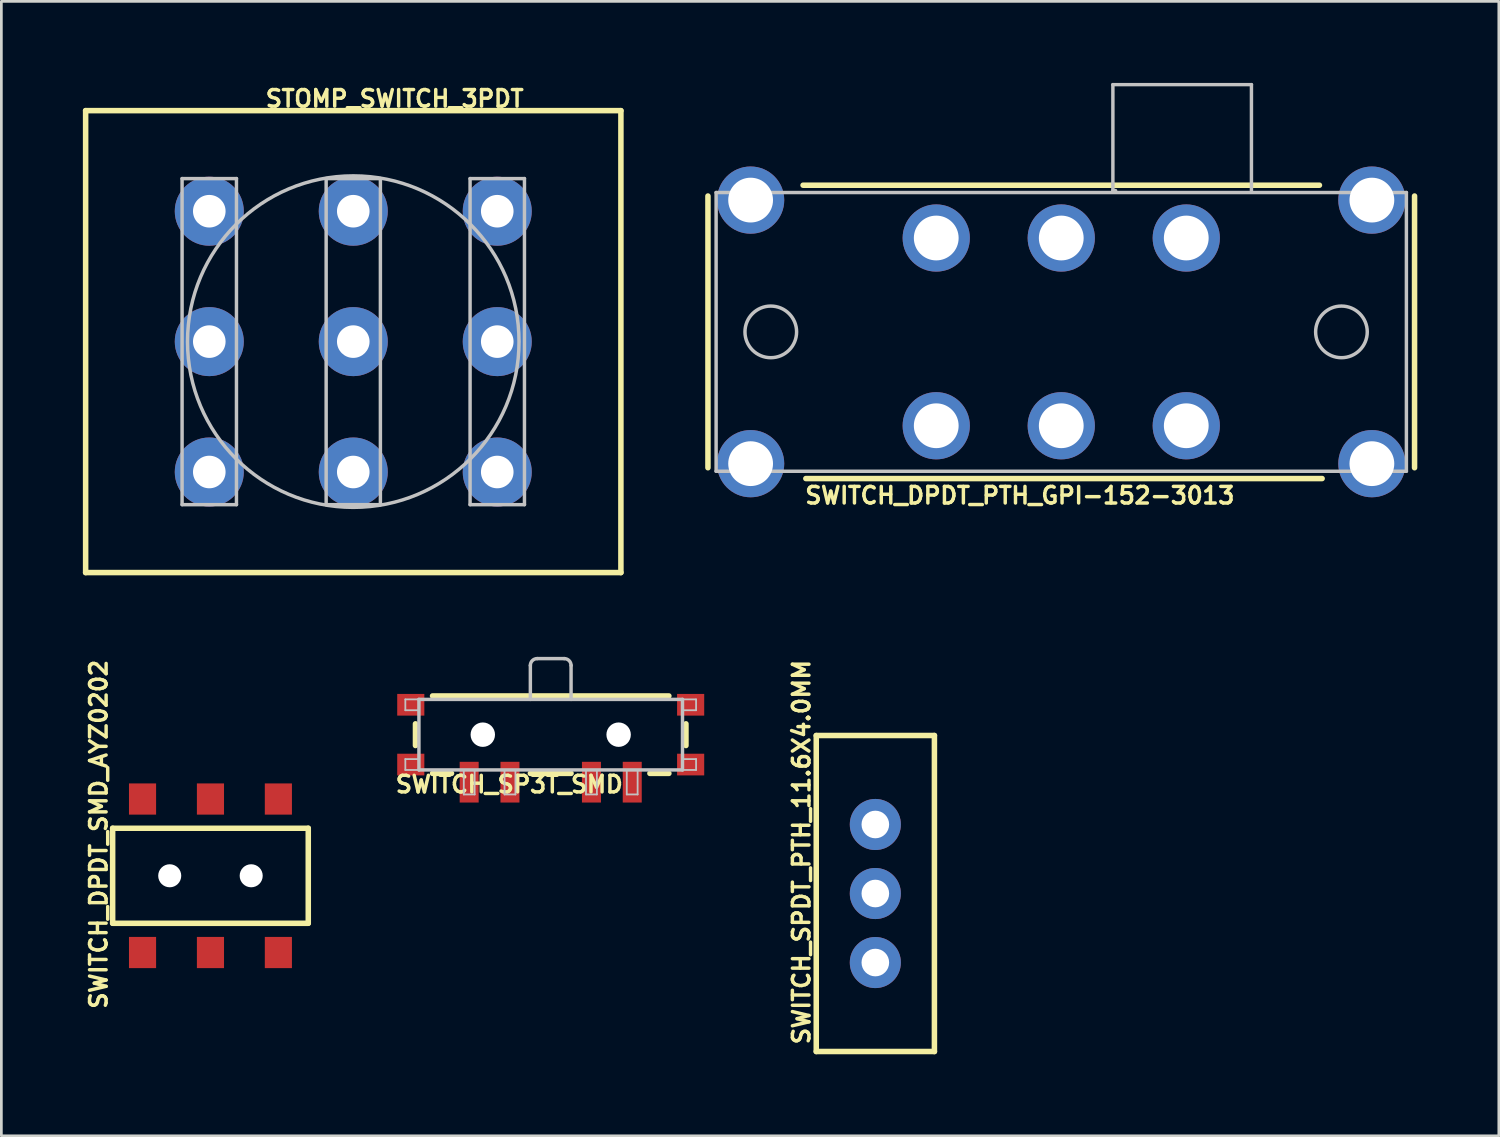
<source format=kicad_pcb>
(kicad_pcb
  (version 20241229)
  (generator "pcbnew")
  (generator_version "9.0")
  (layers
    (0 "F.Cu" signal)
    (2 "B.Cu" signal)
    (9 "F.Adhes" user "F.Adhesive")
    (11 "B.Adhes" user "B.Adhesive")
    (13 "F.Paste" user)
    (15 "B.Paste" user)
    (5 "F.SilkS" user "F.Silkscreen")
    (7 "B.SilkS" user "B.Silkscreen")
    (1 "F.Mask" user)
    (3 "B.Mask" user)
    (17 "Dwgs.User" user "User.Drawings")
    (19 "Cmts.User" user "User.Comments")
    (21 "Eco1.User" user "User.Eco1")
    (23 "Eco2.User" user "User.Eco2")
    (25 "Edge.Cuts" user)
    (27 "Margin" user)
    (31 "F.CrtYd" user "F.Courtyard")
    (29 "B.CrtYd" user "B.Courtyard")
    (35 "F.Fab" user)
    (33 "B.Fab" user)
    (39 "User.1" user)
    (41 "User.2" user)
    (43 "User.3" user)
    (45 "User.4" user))
  (footprint "SWITCH_SP3T_SMD"
    (layer "F.Cu")
    (at 17.214 23.983)
    (property "Reference" "SWITCH_SP3T_SMD" (at -1.524 1.829 180) (layer "F.SilkS") (effects (font (size 0.61 0.61) (thickness 0.127))))
    (attr smd)
    (fp_line (start -4.976 0.399) (end -4.976 -0.399) (stroke (width 0.203) (type solid)) (layer "F.SilkS"))
    (fp_line (start -4.348 -1.425) (end 4.348 -1.425) (stroke (width 0.203) (type solid)) (layer "F.SilkS"))
    (fp_line (start -3.65 1.425) (end -4.348 1.425) (stroke (width 0.203) (type solid)) (layer "F.SilkS"))
    (fp_line (start 0.749 1.425) (end -0.749 1.425) (stroke (width 0.203) (type solid)) (layer "F.SilkS"))
    (fp_line (start 4.348 1.425) (end 3.65 1.425) (stroke (width 0.203) (type solid)) (layer "F.SilkS"))
    (fp_line (start 4.976 -0.399) (end 4.976 0.399) (stroke (width 0.203) (type solid)) (layer "F.SilkS"))
    (fp_line (start -5.349 -1.298) (end -4.849 -1.298) (stroke (width 0.066) (type solid)) (layer "Dwgs.User"))
    (fp_line (start -5.349 -0.899) (end -5.349 -1.298) (stroke (width 0.066) (type solid)) (layer "Dwgs.User"))
    (fp_line (start -5.349 -0.899) (end -4.849 -0.899) (stroke (width 0.066) (type solid)) (layer "Dwgs.User"))
    (fp_line (start -5.349 0.899) (end -4.849 0.899) (stroke (width 0.066) (type solid)) (layer "Dwgs.User"))
    (fp_line (start -5.349 1.298) (end -5.349 0.899) (stroke (width 0.066) (type solid)) (layer "Dwgs.User"))
    (fp_line (start -5.349 1.298) (end -4.849 1.298) (stroke (width 0.066) (type solid)) (layer "Dwgs.User"))
    (fp_line (start -4.849 -1.298) (end 4.849 -1.298) (stroke (width 0.127) (type solid)) (layer "Dwgs.User"))
    (fp_line (start -4.849 -0.899) (end -4.849 -1.298) (stroke (width 0.066) (type solid)) (layer "Dwgs.User"))
    (fp_line (start -4.849 1.298) (end -4.849 -1.298) (stroke (width 0.127) (type solid)) (layer "Dwgs.User"))
    (fp_line (start -4.849 1.298) (end -4.849 0.899) (stroke (width 0.066) (type solid)) (layer "Dwgs.User"))
    (fp_line (start -3.198 1.298) (end -2.799 1.298) (stroke (width 0.066) (type solid)) (layer "Dwgs.User"))
    (fp_line (start -3.198 2.2) (end -3.198 1.298) (stroke (width 0.066) (type solid)) (layer "Dwgs.User"))
    (fp_line (start -3.198 2.2) (end -2.799 2.2) (stroke (width 0.066) (type solid)) (layer "Dwgs.User"))
    (fp_line (start -2.799 2.2) (end -2.799 1.298) (stroke (width 0.066) (type solid)) (layer "Dwgs.User"))
    (fp_line (start -1.699 1.298) (end -1.298 1.298) (stroke (width 0.066) (type solid)) (layer "Dwgs.User"))
    (fp_line (start -1.699 2.2) (end -1.699 1.298) (stroke (width 0.066) (type solid)) (layer "Dwgs.User"))
    (fp_line (start -1.699 2.2) (end -1.298 2.2) (stroke (width 0.066) (type solid)) (layer "Dwgs.User"))
    (fp_line (start -1.298 2.2) (end -1.298 1.298) (stroke (width 0.066) (type solid)) (layer "Dwgs.User"))
    (fp_line (start -0.749 -2.548) (end -0.749 -1.298) (stroke (width 0.127) (type solid)) (layer "Dwgs.User"))
    (fp_line (start 0.498 -2.799) (end -0.498 -2.799) (stroke (width 0.127) (type solid)) (layer "Dwgs.User"))
    (fp_line (start 0.749 -1.298) (end 0.749 -2.548) (stroke (width 0.127) (type solid)) (layer "Dwgs.User"))
    (fp_line (start 1.298 1.298) (end 1.699 1.298) (stroke (width 0.066) (type solid)) (layer "Dwgs.User"))
    (fp_line (start 1.298 2.2) (end 1.298 1.298) (stroke (width 0.066) (type solid)) (layer "Dwgs.User"))
    (fp_line (start 1.298 2.2) (end 1.699 2.2) (stroke (width 0.066) (type solid)) (layer "Dwgs.User"))
    (fp_line (start 1.699 2.2) (end 1.699 1.298) (stroke (width 0.066) (type solid)) (layer "Dwgs.User"))
    (fp_line (start 2.799 1.298) (end 3.198 1.298) (stroke (width 0.066) (type solid)) (layer "Dwgs.User"))
    (fp_line (start 2.799 2.2) (end 2.799 1.298) (stroke (width 0.066) (type solid)) (layer "Dwgs.User"))
    (fp_line (start 2.799 2.2) (end 3.198 2.2) (stroke (width 0.066) (type solid)) (layer "Dwgs.User"))
    (fp_line (start 3.198 2.2) (end 3.198 1.298) (stroke (width 0.066) (type solid)) (layer "Dwgs.User"))
    (fp_line (start 4.849 -1.298) (end 4.849 1.298) (stroke (width 0.127) (type solid)) (layer "Dwgs.User"))
    (fp_line (start 4.849 -1.298) (end 5.349 -1.298) (stroke (width 0.066) (type solid)) (layer "Dwgs.User"))
    (fp_line (start 4.849 -0.899) (end 4.849 -1.298) (stroke (width 0.066) (type solid)) (layer "Dwgs.User"))
    (fp_line (start 4.849 -0.899) (end 5.349 -0.899) (stroke (width 0.066) (type solid)) (layer "Dwgs.User"))
    (fp_line (start 4.849 0.899) (end 5.349 0.899) (stroke (width 0.066) (type solid)) (layer "Dwgs.User"))
    (fp_line (start 4.849 1.298) (end -4.849 1.298) (stroke (width 0.127) (type solid)) (layer "Dwgs.User"))
    (fp_line (start 4.849 1.298) (end 4.849 0.899) (stroke (width 0.066) (type solid)) (layer "Dwgs.User"))
    (fp_line (start 4.849 1.298) (end 5.349 1.298) (stroke (width 0.066) (type solid)) (layer "Dwgs.User"))
    (fp_line (start 5.349 -0.899) (end 5.349 -1.298) (stroke (width 0.066) (type solid)) (layer "Dwgs.User"))
    (fp_line (start 5.349 1.298) (end 5.349 0.899) (stroke (width 0.066) (type solid)) (layer "Dwgs.User"))
    (fp_arc (start -0.7493 -2.54762) (mid -0.675649 -2.725429) (end -0.49784 -2.79908) (stroke (width 0.127) (type solid)) (layer "Dwgs.User"))
    (fp_arc (start 0.49784 -2.79908) (mid 0.675649 -2.725429) (end 0.7493 -2.54762) (stroke (width 0.127) (type solid)) (layer "Dwgs.User"))
    (pad "" np_thru_hole circle (at -2.499 0) (size 0.899 0.899) (drill 0.899) (layers "*.Cu" "*.Mask"))
    (pad "" np_thru_hole circle (at 2.499 0) (size 0.899 0.899) (drill 0.899) (layers "*.Cu" "*.Mask"))
    (pad "1" smd rect (at 3 1.748 180) (size 0.699 1.499) (layers "F.Cu" "F.Mask" "F.Paste"))
    (pad "2" smd rect (at 1.499 1.748 180) (size 0.699 1.499) (layers "F.Cu" "F.Mask" "F.Paste"))
    (pad "3" smd rect (at -1.499 1.748 180) (size 0.699 1.499) (layers "F.Cu" "F.Mask" "F.Paste"))
    (pad "4" smd rect (at -3 1.748 180) (size 0.699 1.499) (layers "F.Cu" "F.Mask" "F.Paste"))
    (pad "P$1" smd rect (at -5.149 1.1 180) (size 0.998 0.798) (layers "F.Cu" "F.Mask" "F.Paste"))
    (pad "P$2" smd rect (at -5.149 -1.1 180) (size 0.998 0.798) (layers "F.Cu" "F.Mask" "F.Paste"))
    (pad "P$3" smd rect (at 5.149 -1.1 180) (size 0.998 0.798) (layers "F.Cu" "F.Mask" "F.Paste"))
    (pad "P$4" smd rect (at 5.149 1.1 180) (size 0.998 0.798) (layers "F.Cu" "F.Mask" "F.Paste")))
  (footprint "SWITCH_DPDT_PTH_GPI-152-3013"
    (layer "F.Cu")
    (at 36 9.162)
    (property "Reference" "SWITCH_DPDT_PTH_GPI-152-3013" (at -1.524 6.02 180) (layer "F.SilkS") (effects (font (size 0.61 0.61) (thickness 0.127))))
    (attr exclude_from_pos_files exclude_from_bom)
    (fp_line (start -13 -4.999) (end -13 4.999) (stroke (width 0.203) (type solid)) (layer "F.SilkS"))
    (fp_line (start -9.5 -5.397) (end 9.5 -5.397) (stroke (width 0.203) (type solid)) (layer "F.SilkS"))
    (fp_line (start -9.398 5.397) (end 9.599 5.397) (stroke (width 0.203) (type solid)) (layer "F.SilkS"))
    (fp_line (start 13 -4.999) (end 13 4.999) (stroke (width 0.203) (type solid)) (layer "F.SilkS"))
    (fp_line (start -12.7 -5.128) (end -12.7 5.128) (stroke (width 0.127) (type solid)) (layer "Dwgs.User"))
    (fp_line (start -12.7 5.128) (end 12.7 5.128) (stroke (width 0.127) (type solid)) (layer "Dwgs.User"))
    (fp_line (start 1.9 -9.098) (end 6.998 -9.098) (stroke (width 0.127) (type solid)) (layer "Dwgs.User"))
    (fp_line (start 1.9 -5.199) (end 1.9 -9.098) (stroke (width 0.127) (type solid)) (layer "Dwgs.User"))
    (fp_line (start 1.999 -5.199) (end 1.9 -5.199) (stroke (width 0.127) (type solid)) (layer "Dwgs.User"))
    (fp_line (start 6.998 -9.098) (end 6.998 -5.199) (stroke (width 0.127) (type solid)) (layer "Dwgs.User"))
    (fp_line (start 12.7 -5.128) (end -12.7 -5.128) (stroke (width 0.127) (type solid)) (layer "Dwgs.User"))
    (fp_line (start 12.7 5.128) (end 12.7 -5.128) (stroke (width 0.127) (type solid)) (layer "Dwgs.User"))
    (fp_circle (center -10.688 0) (end -10.688 -0.95) (stroke (width 0.127) (type solid)) (fill no) (layer "Dwgs.User"))
    (fp_circle (center 10.31 0) (end 10.31 -0.95) (stroke (width 0.127) (type solid)) (fill no) (layer "Dwgs.User"))
    (pad "10" thru_hole circle (at -4.6 -3.454) (size 2.474 2.474) (drill 1.648) (layers "*.Cu" "*.Paste" "*.Mask"))
    (pad "11" thru_hole circle (at -4.6 3.454) (size 2.474 2.474) (drill 1.648) (layers "*.Cu" "*.Paste" "*.Mask"))
    (pad "20" thru_hole circle (at 4.6 -3.454) (size 2.474 2.474) (drill 1.648) (layers "*.Cu" "*.Paste" "*.Mask"))
    (pad "21" thru_hole circle (at 4.6 3.454) (size 2.474 2.474) (drill 1.648) (layers "*.Cu" "*.Paste" "*.Mask"))
    (pad "C@1" thru_hole circle (at 0 -3.454) (size 2.474 2.474) (drill 1.648) (layers "*.Cu" "*.Paste" "*.Mask"))
    (pad "C@2" thru_hole circle (at 0 3.454) (size 2.474 2.474) (drill 1.648) (layers "*.Cu" "*.Paste" "*.Mask"))
    (pad "P$7" thru_hole circle (at 11.43 -4.849) (size 2.474 2.474) (drill 1.648) (layers "*.Cu" "*.Paste" "*.Mask"))
    (pad "P$8" thru_hole circle (at -11.43 -4.849) (size 2.474 2.474) (drill 1.648) (layers "*.Cu" "*.Paste" "*.Mask"))
    (pad "P$9" thru_hole circle (at -11.43 4.849) (size 2.474 2.474) (drill 1.648) (layers "*.Cu" "*.Paste" "*.Mask"))
    (pad "P$10" thru_hole circle (at 11.43 4.849) (size 2.474 2.474) (drill 1.648) (layers "*.Cu" "*.Paste" "*.Mask")))
  (footprint "SWITCH_SPDT_PTH_11.6X4.0MM"
    (layer "F.Cu")
    (at 29.159 29.828)
    (property "Reference" "SWITCH_SPDT_PTH_11.6X4.0MM" (at -2.718 -1.524 90) (layer "F.SilkS") (effects (font (size 0.61 0.61) (thickness 0.127))))
    (attr exclude_from_pos_files exclude_from_bom)
    (fp_line (start -2.174 -5.814) (end -2.174 5.814) (stroke (width 0.203) (type solid)) (layer "F.SilkS"))
    (fp_line (start -2.174 5.814) (end 2.174 5.814) (stroke (width 0.203) (type solid)) (layer "F.SilkS"))
    (fp_line (start 2.174 -5.814) (end -2.174 -5.814) (stroke (width 0.203) (type solid)) (layer "F.SilkS"))
    (fp_line (start 2.174 5.814) (end 2.174 -5.814) (stroke (width 0.203) (type solid)) (layer "F.SilkS"))
    (pad "1" thru_hole circle (at 0 -2.54) (size 1.88 1.88) (drill 1.016) (layers "*.Cu" "*.Paste" "*.Mask"))
    (pad "2" thru_hole circle (at 0 0) (size 1.88 1.88) (drill 1.016) (layers "*.Cu" "*.Paste" "*.Mask"))
    (pad "3" thru_hole circle (at 0 2.54) (size 1.88 1.88) (drill 1.016) (layers "*.Cu" "*.Paste" "*.Mask")))
  (footprint "STOMP_SWITCH_3PDT"
    (layer "F.Cu")
    (at 9.949 9.52)
    (property "Reference" "STOMP_SWITCH_3PDT" (at 1.524 -8.941 0) (layer "F.SilkS") (effects (font (size 0.61 0.61) (thickness 0.127))))
    (attr exclude_from_pos_files exclude_from_bom)
    (fp_line (start -9.848 -8.499) (end 9.848 -8.499) (stroke (width 0.203) (type solid)) (layer "F.SilkS"))
    (fp_line (start -9.848 8.499) (end -9.848 -8.499) (stroke (width 0.203) (type solid)) (layer "F.SilkS"))
    (fp_line (start 9.848 -8.499) (end 9.848 8.499) (stroke (width 0.203) (type solid)) (layer "F.SilkS"))
    (fp_line (start 9.848 8.499) (end -9.848 8.499) (stroke (width 0.203) (type solid)) (layer "F.SilkS"))
    (fp_line (start -6.299 -5.999) (end -6.299 5.999) (stroke (width 0.127) (type solid)) (layer "Dwgs.User"))
    (fp_line (start -6.299 5.999) (end -4.298 5.999) (stroke (width 0.127) (type solid)) (layer "Dwgs.User"))
    (fp_line (start -4.298 -5.999) (end -6.299 -5.999) (stroke (width 0.127) (type solid)) (layer "Dwgs.User"))
    (fp_line (start -4.298 5.999) (end -4.298 -5.999) (stroke (width 0.127) (type solid)) (layer "Dwgs.User"))
    (fp_line (start -0.998 -5.999) (end 0.998 -5.999) (stroke (width 0.127) (type solid)) (layer "Dwgs.User"))
    (fp_line (start -0.998 5.999) (end -0.998 -5.999) (stroke (width 0.127) (type solid)) (layer "Dwgs.User"))
    (fp_line (start 0.998 -5.999) (end 0.998 5.999) (stroke (width 0.127) (type solid)) (layer "Dwgs.User"))
    (fp_line (start 0.998 5.999) (end -0.998 5.999) (stroke (width 0.127) (type solid)) (layer "Dwgs.User"))
    (fp_line (start 4.298 -5.999) (end 4.298 5.999) (stroke (width 0.127) (type solid)) (layer "Dwgs.User"))
    (fp_line (start 4.298 5.999) (end 6.299 5.999) (stroke (width 0.127) (type solid)) (layer "Dwgs.User"))
    (fp_line (start 6.299 -5.999) (end 4.298 -5.999) (stroke (width 0.127) (type solid)) (layer "Dwgs.User"))
    (fp_line (start 6.299 5.999) (end 6.299 -5.999) (stroke (width 0.127) (type solid)) (layer "Dwgs.User"))
    (fp_circle (center 0 0) (end 0 -6.099) (stroke (width 0.127) (type solid)) (fill no) (layer "Dwgs.User"))
    (pad "P$1" thru_hole circle (at -5.298 -4.798) (size 2.54 2.54) (drill 1.199) (layers "*.Cu" "*.Paste" "*.Mask"))
    (pad "P$2" thru_hole circle (at -5.298 0) (size 2.54 2.54) (drill 1.199) (layers "*.Cu" "*.Paste" "*.Mask"))
    (pad "P$3" thru_hole circle (at -5.298 4.798) (size 2.54 2.54) (drill 1.199) (layers "*.Cu" "*.Paste" "*.Mask"))
    (pad "P$4" thru_hole circle (at 0 -4.798) (size 2.54 2.54) (drill 1.199) (layers "*.Cu" "*.Paste" "*.Mask"))
    (pad "P$5" thru_hole circle (at 0 0) (size 2.54 2.54) (drill 1.199) (layers "*.Cu" "*.Paste" "*.Mask"))
    (pad "P$6" thru_hole circle (at 0 4.798) (size 2.54 2.54) (drill 1.199) (layers "*.Cu" "*.Paste" "*.Mask"))
    (pad "P$7" thru_hole circle (at 5.298 -4.798) (size 2.54 2.54) (drill 1.199) (layers "*.Cu" "*.Paste" "*.Mask"))
    (pad "P$8" thru_hole circle (at 5.298 0) (size 2.54 2.54) (drill 1.199) (layers "*.Cu" "*.Paste" "*.Mask"))
    (pad "P$9" thru_hole circle (at 5.298 4.798) (size 2.54 2.54) (drill 1.199) (layers "*.Cu" "*.Paste" "*.Mask")))
  (footprint "SWITCH_DPDT_SMD_AYZ0202"
    (layer "F.Cu")
    (at 4.694 29.175)
    (property "Reference" "SWITCH_DPDT_SMD_AYZ0202" (at -4.115 -1.524 90) (layer "F.SilkS") (effects (font (size 0.61 0.61) (thickness 0.127))))
    (attr smd)
    (fp_line (start -3.599 -1.748) (end -3.599 1.748) (stroke (width 0.203) (type solid)) (layer "F.SilkS"))
    (fp_line (start -3.599 1.748) (end 3.599 1.748) (stroke (width 0.203) (type solid)) (layer "F.SilkS"))
    (fp_line (start 3.599 -1.748) (end -3.599 -1.748) (stroke (width 0.203) (type solid)) (layer "F.SilkS"))
    (fp_line (start 3.599 1.748) (end 3.599 -1.748) (stroke (width 0.203) (type solid)) (layer "F.SilkS"))
    (pad "" np_thru_hole circle (at -1.499 0) (size 0.848 0.848) (drill 0.848) (layers "*.Cu" "*.Mask"))
    (pad "" np_thru_hole circle (at 1.499 0) (size 0.848 0.848) (drill 0.848) (layers "*.Cu" "*.Mask"))
    (pad "1" smd rect (at -2.499 -2.824) (size 0.998 1.148) (layers "F.Cu" "F.Mask" "F.Paste"))
    (pad "2" smd rect (at 0 -2.824) (size 0.998 1.148) (layers "F.Cu" "F.Mask" "F.Paste"))
    (pad "3" smd rect (at 2.499 -2.824) (size 0.998 1.148) (layers "F.Cu" "F.Mask" "F.Paste"))
    (pad "4" smd rect (at -2.499 2.824) (size 0.998 1.148) (layers "F.Cu" "F.Mask" "F.Paste"))
    (pad "5" smd rect (at 0 2.824) (size 0.998 1.148) (layers "F.Cu" "F.Mask" "F.Paste"))
    (pad "6" smd rect (at 2.499 2.824) (size 0.998 1.148) (layers "F.Cu" "F.Mask" "F.Paste")))
  (gr_rect
    (start -3 -3)
    (end 52.101 38.744)
    (stroke (width 0.1) (type default))
    (fill no)
    (layer "Edge.Cuts")))
</source>
